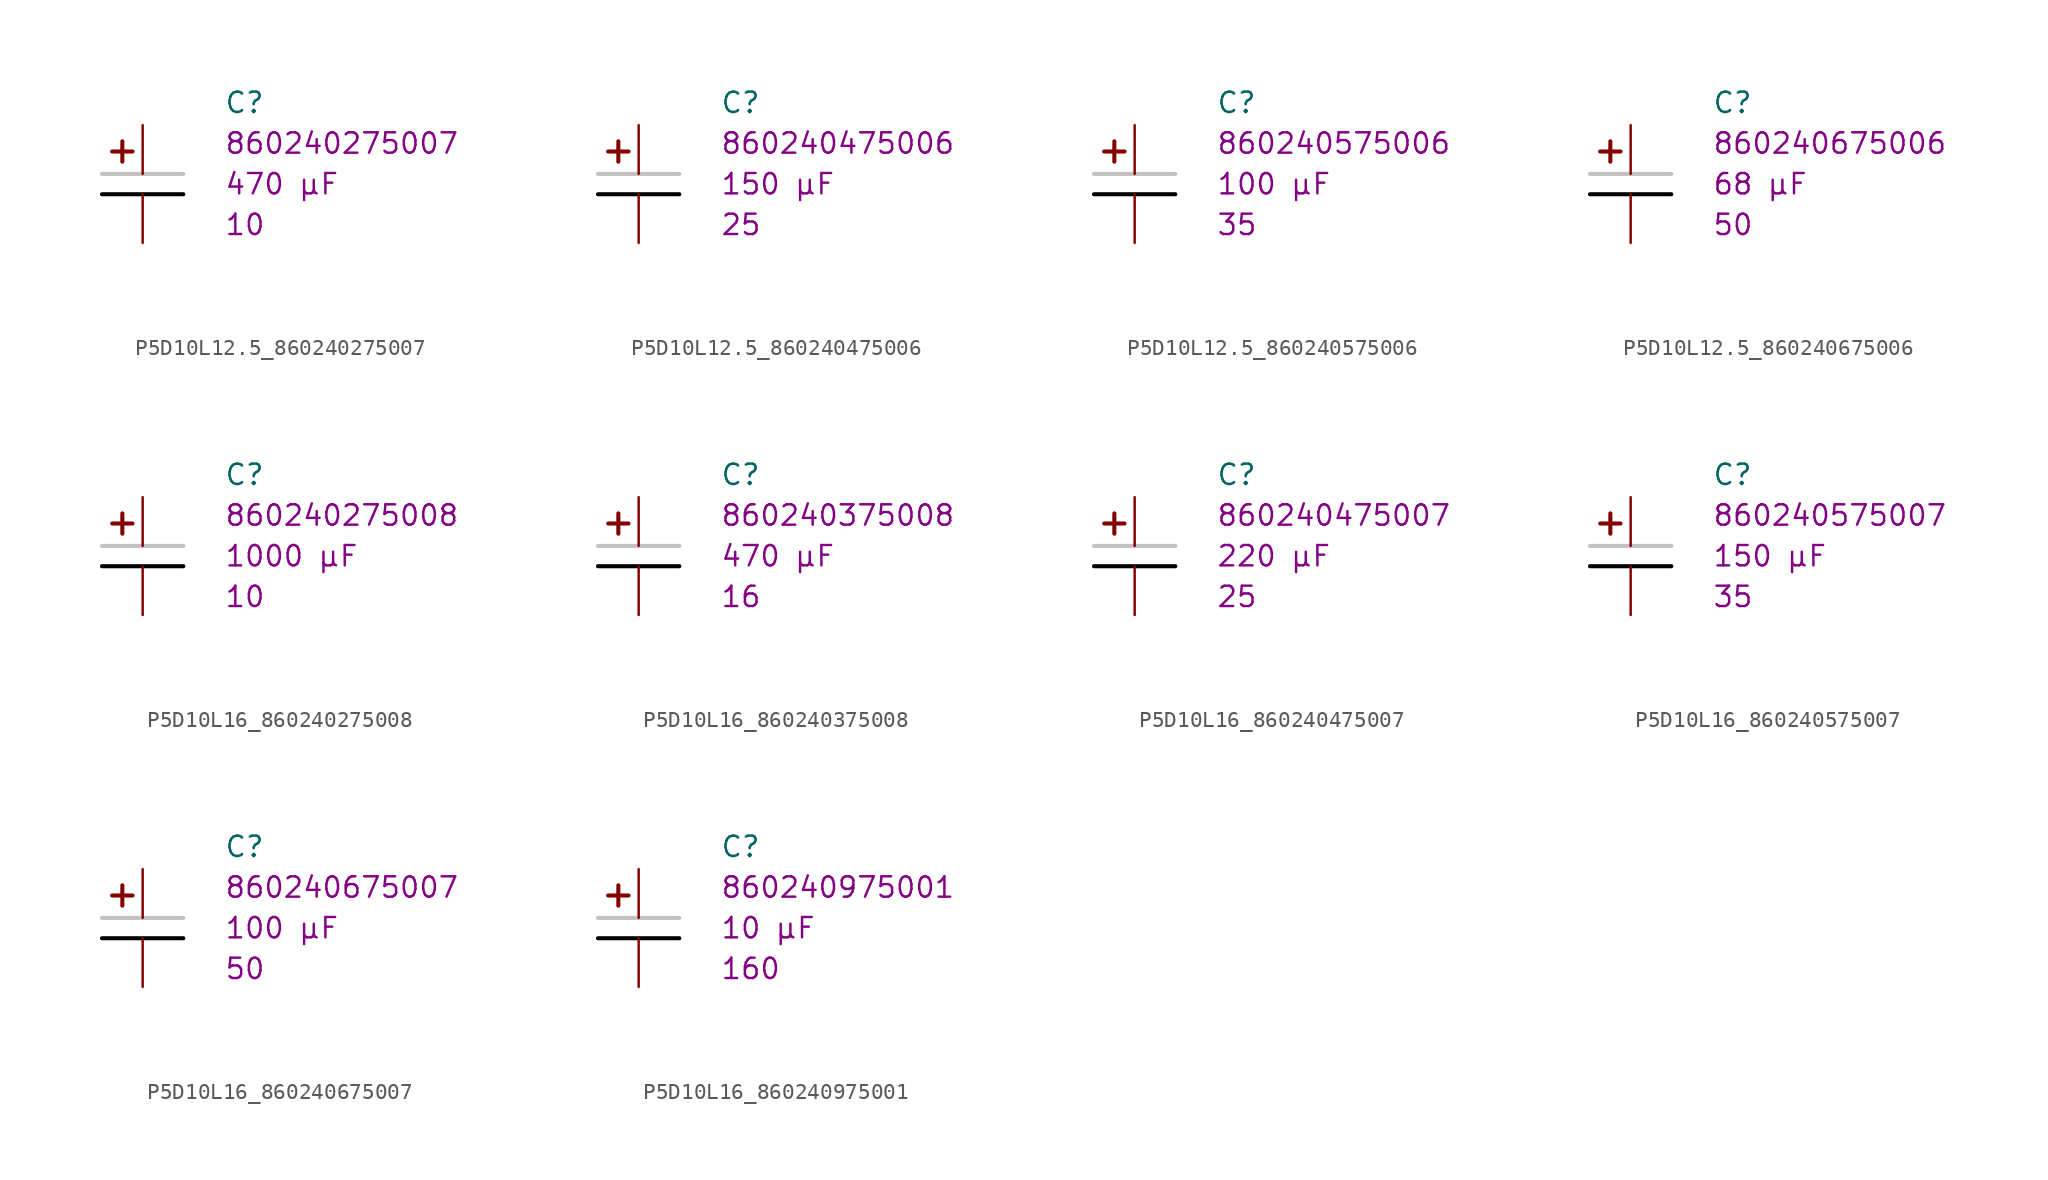
<source format=kicad_sym>
(kicad_symbol_lib
  (version 20220914)
  (generator kicad_symbol_editor)
  (symbol "P5D10L12.5_860240275007"
    (pin_numbers hide)
    (pin_names hide)
    (property "Reference" "C"
      (at 5.08 5.08 0)
      (effects (font (size 1.27 1.27)) (justify left)))
    (property "Part Number" "860240275007"
      (at 5.08 2.54 0)
      (effects (font (size 1.27 1.27)) (justify left)))
    (property "Capacitance" "470 µF"
      (at 5.08 0 0)
      (effects (font (size 1.27 1.27)) (justify left)))
    (property "Voltage" "10"
      (at 5.08 -2.54 0)
      (effects (font (size 1.27 1.27)) (justify left)))
    (property "Critical Parameter" ""
      (at 0 -7.62 0)
      (effects (font (size 1.27 1.27))))
    (symbol "P5D10L12.5_860240275007_1_1"
      (polyline (pts (xy -1.27 2.667) (xy -1.27 1.397)) (stroke (width 0.254) (type default)) (fill (type none)))
      (polyline (pts (xy -0.635 2.032) (xy -1.905 2.032)) (stroke (width 0.254) (type default)) (fill (type none)))
      (polyline (pts (xy 2.54 -0.635) (xy -2.54 -0.635)) (stroke (width 0.254) (type default) (color 0 0 0 1)) (fill (type none)))
      (polyline (pts (xy 2.54 0.635) (xy -2.54 0.635)) (stroke (width 0.254) (type default) (color 194 194 194 1)) (fill (type none)))
      (pin passive line (at 0 3.679 270) (length 3.044) (name "1" (effects (font (size 1.27 1.27)))) (number "1" (effects (font (size 1.27 1.27)))))
      (pin passive line (at 0 -3.679 90) (length 3.044) (name "2" (effects (font (size 1.27 1.27)))) (number "2" (effects (font (size 1.27 1.27)))))))
  (symbol "P5D10L12.5_860240475006"
    (pin_numbers hide)
    (pin_names hide)
    (property "Reference" "C"
      (at 5.08 5.08 0)
      (effects (font (size 1.27 1.27)) (justify left)))
    (property "Part Number" "860240475006"
      (at 5.08 2.54 0)
      (effects (font (size 1.27 1.27)) (justify left)))
    (property "Capacitance" "150 µF"
      (at 5.08 0 0)
      (effects (font (size 1.27 1.27)) (justify left)))
    (property "Voltage" "25"
      (at 5.08 -2.54 0)
      (effects (font (size 1.27 1.27)) (justify left)))
    (property "Critical Parameter" ""
      (at 0 -7.62 0)
      (effects (font (size 1.27 1.27))))
    (symbol "P5D10L12.5_860240475006_1_1"
      (polyline (pts (xy -1.27 2.667) (xy -1.27 1.397)) (stroke (width 0.254) (type default)) (fill (type none)))
      (polyline (pts (xy -0.635 2.032) (xy -1.905 2.032)) (stroke (width 0.254) (type default)) (fill (type none)))
      (polyline (pts (xy 2.54 -0.635) (xy -2.54 -0.635)) (stroke (width 0.254) (type default) (color 0 0 0 1)) (fill (type none)))
      (polyline (pts (xy 2.54 0.635) (xy -2.54 0.635)) (stroke (width 0.254) (type default) (color 194 194 194 1)) (fill (type none)))
      (pin passive line (at 0 3.679 270) (length 3.044) (name "1" (effects (font (size 1.27 1.27)))) (number "1" (effects (font (size 1.27 1.27)))))
      (pin passive line (at 0 -3.679 90) (length 3.044) (name "2" (effects (font (size 1.27 1.27)))) (number "2" (effects (font (size 1.27 1.27)))))))
  (symbol "P5D10L12.5_860240575006"
    (pin_numbers hide)
    (pin_names hide)
    (property "Reference" "C"
      (at 5.08 5.08 0)
      (effects (font (size 1.27 1.27)) (justify left)))
    (property "Part Number" "860240575006"
      (at 5.08 2.54 0)
      (effects (font (size 1.27 1.27)) (justify left)))
    (property "Capacitance" "100 µF"
      (at 5.08 0 0)
      (effects (font (size 1.27 1.27)) (justify left)))
    (property "Voltage" "35"
      (at 5.08 -2.54 0)
      (effects (font (size 1.27 1.27)) (justify left)))
    (property "Critical Parameter" ""
      (at 0 -7.62 0)
      (effects (font (size 1.27 1.27))))
    (symbol "P5D10L12.5_860240575006_1_1"
      (polyline (pts (xy -1.27 2.667) (xy -1.27 1.397)) (stroke (width 0.254) (type default)) (fill (type none)))
      (polyline (pts (xy -0.635 2.032) (xy -1.905 2.032)) (stroke (width 0.254) (type default)) (fill (type none)))
      (polyline (pts (xy 2.54 -0.635) (xy -2.54 -0.635)) (stroke (width 0.254) (type default) (color 0 0 0 1)) (fill (type none)))
      (polyline (pts (xy 2.54 0.635) (xy -2.54 0.635)) (stroke (width 0.254) (type default) (color 194 194 194 1)) (fill (type none)))
      (pin passive line (at 0 3.679 270) (length 3.044) (name "1" (effects (font (size 1.27 1.27)))) (number "1" (effects (font (size 1.27 1.27)))))
      (pin passive line (at 0 -3.679 90) (length 3.044) (name "2" (effects (font (size 1.27 1.27)))) (number "2" (effects (font (size 1.27 1.27)))))))
  (symbol "P5D10L12.5_860240675006"
    (pin_numbers hide)
    (pin_names hide)
    (property "Reference" "C"
      (at 5.08 5.08 0)
      (effects (font (size 1.27 1.27)) (justify left)))
    (property "Part Number" "860240675006"
      (at 5.08 2.54 0)
      (effects (font (size 1.27 1.27)) (justify left)))
    (property "Capacitance" "68 µF"
      (at 5.08 0 0)
      (effects (font (size 1.27 1.27)) (justify left)))
    (property "Voltage" "50"
      (at 5.08 -2.54 0)
      (effects (font (size 1.27 1.27)) (justify left)))
    (property "Critical Parameter" ""
      (at 0 -7.62 0)
      (effects (font (size 1.27 1.27))))
    (symbol "P5D10L12.5_860240675006_1_1"
      (polyline (pts (xy -1.27 2.667) (xy -1.27 1.397)) (stroke (width 0.254) (type default)) (fill (type none)))
      (polyline (pts (xy -0.635 2.032) (xy -1.905 2.032)) (stroke (width 0.254) (type default)) (fill (type none)))
      (polyline (pts (xy 2.54 -0.635) (xy -2.54 -0.635)) (stroke (width 0.254) (type default) (color 0 0 0 1)) (fill (type none)))
      (polyline (pts (xy 2.54 0.635) (xy -2.54 0.635)) (stroke (width 0.254) (type default) (color 194 194 194 1)) (fill (type none)))
      (pin passive line (at 0 3.679 270) (length 3.044) (name "1" (effects (font (size 1.27 1.27)))) (number "1" (effects (font (size 1.27 1.27)))))
      (pin passive line (at 0 -3.679 90) (length 3.044) (name "2" (effects (font (size 1.27 1.27)))) (number "2" (effects (font (size 1.27 1.27)))))))
  (symbol "P5D10L16_860240275008"
    (pin_numbers hide)
    (pin_names hide)
    (property "Reference" "C"
      (at 5.08 5.08 0)
      (effects (font (size 1.27 1.27)) (justify left)))
    (property "Part Number" "860240275008"
      (at 5.08 2.54 0)
      (effects (font (size 1.27 1.27)) (justify left)))
    (property "Capacitance" "1000 µF"
      (at 5.08 0 0)
      (effects (font (size 1.27 1.27)) (justify left)))
    (property "Voltage" "10"
      (at 5.08 -2.54 0)
      (effects (font (size 1.27 1.27)) (justify left)))
    (property "Critical Parameter" ""
      (at 0 -7.62 0)
      (effects (font (size 1.27 1.27))))
    (symbol "P5D10L16_860240275008_1_1"
      (polyline (pts (xy -1.27 2.667) (xy -1.27 1.397)) (stroke (width 0.254) (type default)) (fill (type none)))
      (polyline (pts (xy -0.635 2.032) (xy -1.905 2.032)) (stroke (width 0.254) (type default)) (fill (type none)))
      (polyline (pts (xy 2.54 -0.635) (xy -2.54 -0.635)) (stroke (width 0.254) (type default) (color 0 0 0 1)) (fill (type none)))
      (polyline (pts (xy 2.54 0.635) (xy -2.54 0.635)) (stroke (width 0.254) (type default) (color 194 194 194 1)) (fill (type none)))
      (pin passive line (at 0 3.679 270) (length 3.044) (name "1" (effects (font (size 1.27 1.27)))) (number "1" (effects (font (size 1.27 1.27)))))
      (pin passive line (at 0 -3.679 90) (length 3.044) (name "2" (effects (font (size 1.27 1.27)))) (number "2" (effects (font (size 1.27 1.27)))))))
  (symbol "P5D10L16_860240375008"
    (pin_numbers hide)
    (pin_names hide)
    (property "Reference" "C"
      (at 5.08 5.08 0)
      (effects (font (size 1.27 1.27)) (justify left)))
    (property "Part Number" "860240375008"
      (at 5.08 2.54 0)
      (effects (font (size 1.27 1.27)) (justify left)))
    (property "Capacitance" "470 µF"
      (at 5.08 0 0)
      (effects (font (size 1.27 1.27)) (justify left)))
    (property "Voltage" "16"
      (at 5.08 -2.54 0)
      (effects (font (size 1.27 1.27)) (justify left)))
    (property "Critical Parameter" ""
      (at 0 -7.62 0)
      (effects (font (size 1.27 1.27))))
    (symbol "P5D10L16_860240375008_1_1"
      (polyline (pts (xy -1.27 2.667) (xy -1.27 1.397)) (stroke (width 0.254) (type default)) (fill (type none)))
      (polyline (pts (xy -0.635 2.032) (xy -1.905 2.032)) (stroke (width 0.254) (type default)) (fill (type none)))
      (polyline (pts (xy 2.54 -0.635) (xy -2.54 -0.635)) (stroke (width 0.254) (type default) (color 0 0 0 1)) (fill (type none)))
      (polyline (pts (xy 2.54 0.635) (xy -2.54 0.635)) (stroke (width 0.254) (type default) (color 194 194 194 1)) (fill (type none)))
      (pin passive line (at 0 3.679 270) (length 3.044) (name "1" (effects (font (size 1.27 1.27)))) (number "1" (effects (font (size 1.27 1.27)))))
      (pin passive line (at 0 -3.679 90) (length 3.044) (name "2" (effects (font (size 1.27 1.27)))) (number "2" (effects (font (size 1.27 1.27)))))))
  (symbol "P5D10L16_860240475007"
    (pin_numbers hide)
    (pin_names hide)
    (property "Reference" "C"
      (at 5.08 5.08 0)
      (effects (font (size 1.27 1.27)) (justify left)))
    (property "Part Number" "860240475007"
      (at 5.08 2.54 0)
      (effects (font (size 1.27 1.27)) (justify left)))
    (property "Capacitance" "220 µF"
      (at 5.08 0 0)
      (effects (font (size 1.27 1.27)) (justify left)))
    (property "Voltage" "25"
      (at 5.08 -2.54 0)
      (effects (font (size 1.27 1.27)) (justify left)))
    (property "Critical Parameter" ""
      (at 0 -7.62 0)
      (effects (font (size 1.27 1.27))))
    (symbol "P5D10L16_860240475007_1_1"
      (polyline (pts (xy -1.27 2.667) (xy -1.27 1.397)) (stroke (width 0.254) (type default)) (fill (type none)))
      (polyline (pts (xy -0.635 2.032) (xy -1.905 2.032)) (stroke (width 0.254) (type default)) (fill (type none)))
      (polyline (pts (xy 2.54 -0.635) (xy -2.54 -0.635)) (stroke (width 0.254) (type default) (color 0 0 0 1)) (fill (type none)))
      (polyline (pts (xy 2.54 0.635) (xy -2.54 0.635)) (stroke (width 0.254) (type default) (color 194 194 194 1)) (fill (type none)))
      (pin passive line (at 0 3.679 270) (length 3.044) (name "1" (effects (font (size 1.27 1.27)))) (number "1" (effects (font (size 1.27 1.27)))))
      (pin passive line (at 0 -3.679 90) (length 3.044) (name "2" (effects (font (size 1.27 1.27)))) (number "2" (effects (font (size 1.27 1.27)))))))
  (symbol "P5D10L16_860240575007"
    (pin_numbers hide)
    (pin_names hide)
    (property "Reference" "C"
      (at 5.08 5.08 0)
      (effects (font (size 1.27 1.27)) (justify left)))
    (property "Part Number" "860240575007"
      (at 5.08 2.54 0)
      (effects (font (size 1.27 1.27)) (justify left)))
    (property "Capacitance" "150 µF"
      (at 5.08 0 0)
      (effects (font (size 1.27 1.27)) (justify left)))
    (property "Voltage" "35"
      (at 5.08 -2.54 0)
      (effects (font (size 1.27 1.27)) (justify left)))
    (property "Critical Parameter" ""
      (at 0 -7.62 0)
      (effects (font (size 1.27 1.27))))
    (symbol "P5D10L16_860240575007_1_1"
      (polyline (pts (xy -1.27 2.667) (xy -1.27 1.397)) (stroke (width 0.254) (type default)) (fill (type none)))
      (polyline (pts (xy -0.635 2.032) (xy -1.905 2.032)) (stroke (width 0.254) (type default)) (fill (type none)))
      (polyline (pts (xy 2.54 -0.635) (xy -2.54 -0.635)) (stroke (width 0.254) (type default) (color 0 0 0 1)) (fill (type none)))
      (polyline (pts (xy 2.54 0.635) (xy -2.54 0.635)) (stroke (width 0.254) (type default) (color 194 194 194 1)) (fill (type none)))
      (pin passive line (at 0 3.679 270) (length 3.044) (name "1" (effects (font (size 1.27 1.27)))) (number "1" (effects (font (size 1.27 1.27)))))
      (pin passive line (at 0 -3.679 90) (length 3.044) (name "2" (effects (font (size 1.27 1.27)))) (number "2" (effects (font (size 1.27 1.27)))))))
  (symbol "P5D10L16_860240675007"
    (pin_numbers hide)
    (pin_names hide)
    (property "Reference" "C"
      (at 5.08 5.08 0)
      (effects (font (size 1.27 1.27)) (justify left)))
    (property "Part Number" "860240675007"
      (at 5.08 2.54 0)
      (effects (font (size 1.27 1.27)) (justify left)))
    (property "Capacitance" "100 µF"
      (at 5.08 0 0)
      (effects (font (size 1.27 1.27)) (justify left)))
    (property "Voltage" "50"
      (at 5.08 -2.54 0)
      (effects (font (size 1.27 1.27)) (justify left)))
    (property "Critical Parameter" ""
      (at 0 -7.62 0)
      (effects (font (size 1.27 1.27))))
    (symbol "P5D10L16_860240675007_1_1"
      (polyline (pts (xy -1.27 2.667) (xy -1.27 1.397)) (stroke (width 0.254) (type default)) (fill (type none)))
      (polyline (pts (xy -0.635 2.032) (xy -1.905 2.032)) (stroke (width 0.254) (type default)) (fill (type none)))
      (polyline (pts (xy 2.54 -0.635) (xy -2.54 -0.635)) (stroke (width 0.254) (type default) (color 0 0 0 1)) (fill (type none)))
      (polyline (pts (xy 2.54 0.635) (xy -2.54 0.635)) (stroke (width 0.254) (type default) (color 194 194 194 1)) (fill (type none)))
      (pin passive line (at 0 3.679 270) (length 3.044) (name "1" (effects (font (size 1.27 1.27)))) (number "1" (effects (font (size 1.27 1.27)))))
      (pin passive line (at 0 -3.679 90) (length 3.044) (name "2" (effects (font (size 1.27 1.27)))) (number "2" (effects (font (size 1.27 1.27)))))))
  (symbol "P5D10L16_860240975001"
    (pin_numbers hide)
    (pin_names hide)
    (property "Reference" "C"
      (at 5.08 5.08 0)
      (effects (font (size 1.27 1.27)) (justify left)))
    (property "Part Number" "860240975001"
      (at 5.08 2.54 0)
      (effects (font (size 1.27 1.27)) (justify left)))
    (property "Capacitance" "10 µF"
      (at 5.08 0 0)
      (effects (font (size 1.27 1.27)) (justify left)))
    (property "Voltage" "160"
      (at 5.08 -2.54 0)
      (effects (font (size 1.27 1.27)) (justify left)))
    (property "Critical Parameter" ""
      (at 0 -7.62 0)
      (effects (font (size 1.27 1.27))))
    (symbol "P5D10L16_860240975001_1_1"
      (polyline (pts (xy -1.27 2.667) (xy -1.27 1.397)) (stroke (width 0.254) (type default)) (fill (type none)))
      (polyline (pts (xy -0.635 2.032) (xy -1.905 2.032)) (stroke (width 0.254) (type default)) (fill (type none)))
      (polyline (pts (xy 2.54 -0.635) (xy -2.54 -0.635)) (stroke (width 0.254) (type default) (color 0 0 0 1)) (fill (type none)))
      (polyline (pts (xy 2.54 0.635) (xy -2.54 0.635)) (stroke (width 0.254) (type default) (color 194 194 194 1)) (fill (type none)))
      (pin passive line (at 0 3.679 270) (length 3.044) (name "1" (effects (font (size 1.27 1.27)))) (number "1" (effects (font (size 1.27 1.27)))))
      (pin passive line (at 0 -3.679 90) (length 3.044) (name "2" (effects (font (size 1.27 1.27)))) (number "2" (effects (font (size 1.27 1.27))))))))
</source>
